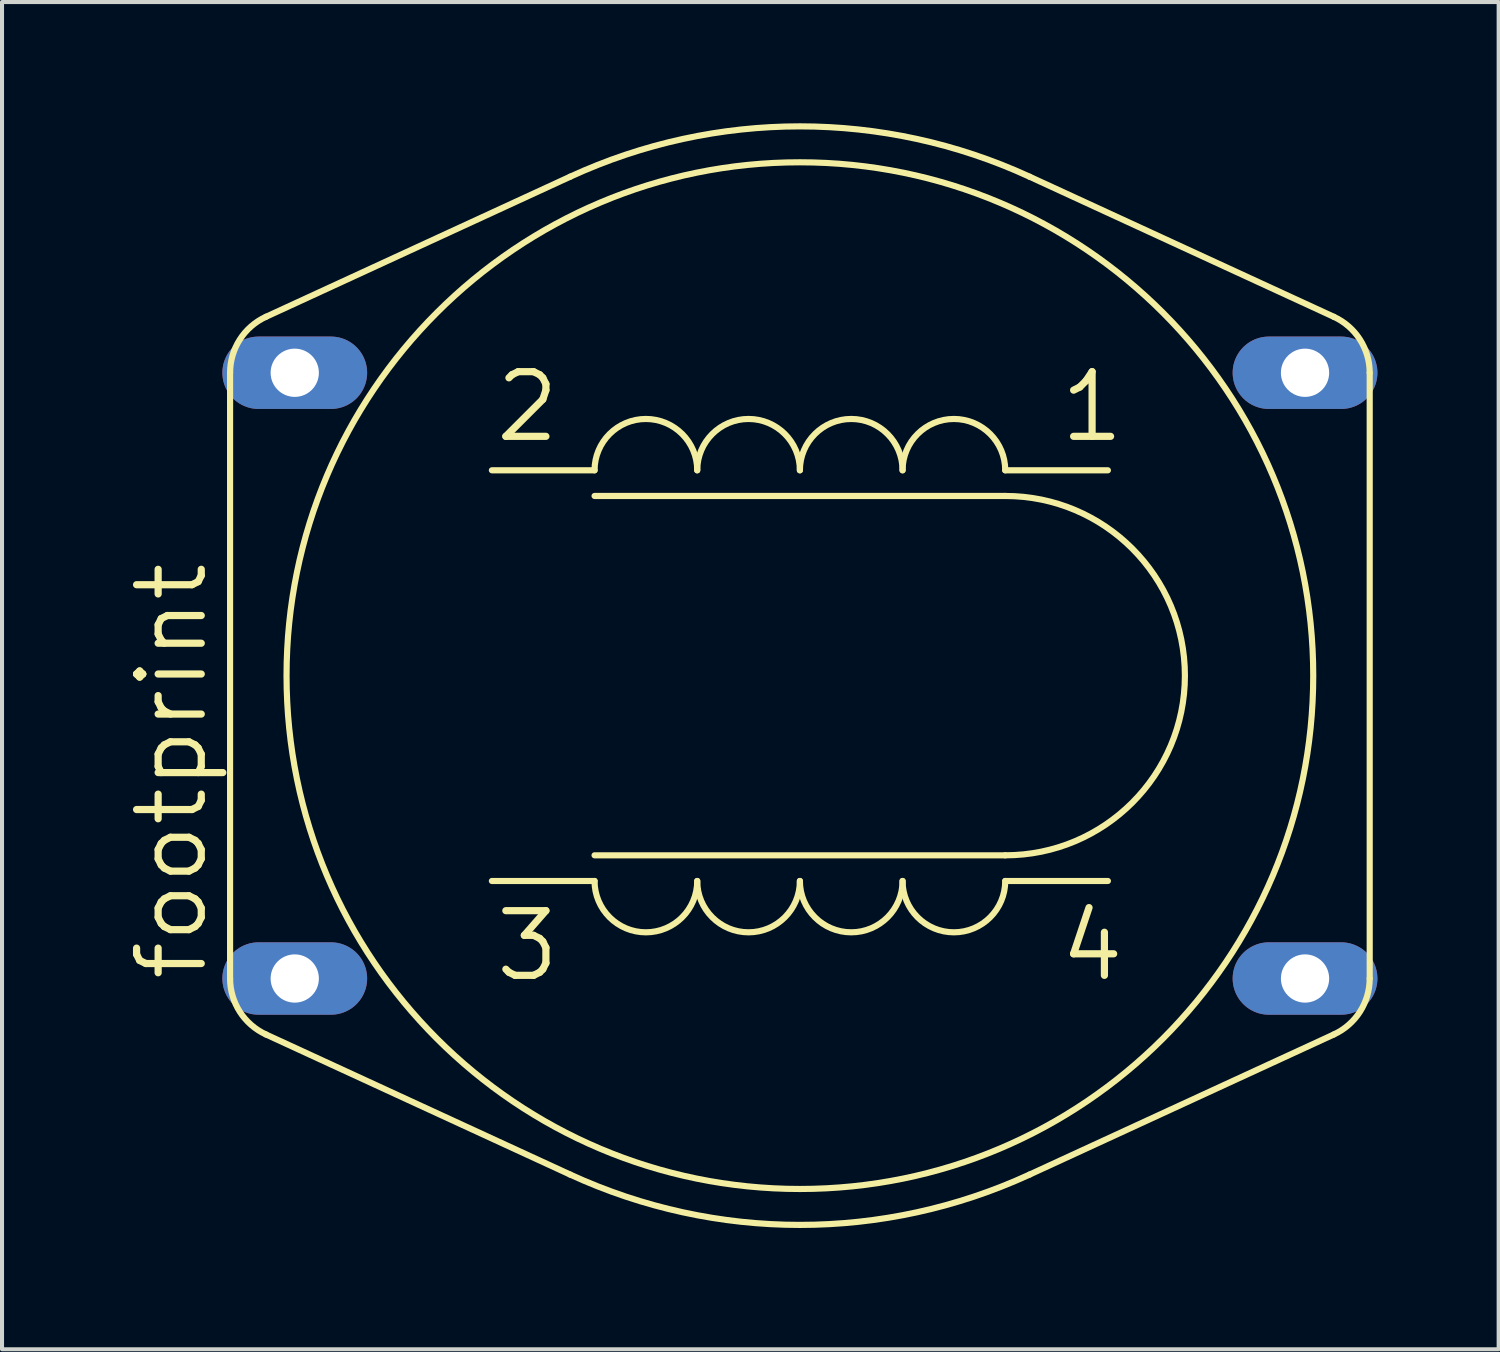
<source format=kicad_pcb>
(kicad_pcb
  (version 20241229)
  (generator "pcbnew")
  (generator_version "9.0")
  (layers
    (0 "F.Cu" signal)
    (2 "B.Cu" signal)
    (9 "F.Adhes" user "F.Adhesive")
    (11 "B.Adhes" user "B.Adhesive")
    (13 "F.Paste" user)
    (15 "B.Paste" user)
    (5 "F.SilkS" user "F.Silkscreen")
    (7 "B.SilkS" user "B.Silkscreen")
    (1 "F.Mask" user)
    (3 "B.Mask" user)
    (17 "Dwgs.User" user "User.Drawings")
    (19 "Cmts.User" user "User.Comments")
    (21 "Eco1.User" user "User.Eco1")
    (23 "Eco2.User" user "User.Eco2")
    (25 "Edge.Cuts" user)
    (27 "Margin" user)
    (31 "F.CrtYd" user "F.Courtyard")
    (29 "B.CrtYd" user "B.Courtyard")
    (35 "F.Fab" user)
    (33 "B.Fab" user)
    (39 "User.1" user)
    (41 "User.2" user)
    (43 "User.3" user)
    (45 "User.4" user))
  (footprint "footprint"
    (layer "F.Cu")
    (at 16.739 13.665)
    (property "Reference" "footprint" (at -14.605 7.62 90) (layer "F.SilkS") (effects (font (size 1.6 1.6) (thickness 0.178)) (justify left bottom)))
    (fp_line (start -14.097 7.493) (end -14.097 -7.493) (stroke (width 0.152) (type solid)) (layer "F.SilkS"))
    (fp_line (start -13.21 -8.877) (end -5.684 -12.343) (stroke (width 0.152) (type solid)) (layer "F.SilkS"))
    (fp_line (start -5.684 12.343) (end -13.21 8.877) (stroke (width 0.152) (type solid)) (layer "F.SilkS"))
    (fp_line (start -5.08 -5.08) (end -7.62 -5.08) (stroke (width 0.152) (type solid)) (layer "F.SilkS"))
    (fp_line (start -5.08 -4.445) (end 5.08 -4.445) (stroke (width 0.152) (type solid)) (layer "F.SilkS"))
    (fp_line (start -5.08 4.445) (end 5.08 4.445) (stroke (width 0.152) (type solid)) (layer "F.SilkS"))
    (fp_line (start -5.08 5.08) (end -7.62 5.08) (stroke (width 0.152) (type solid)) (layer "F.SilkS"))
    (fp_line (start 5.08 -5.08) (end 7.62 -5.08) (stroke (width 0.152) (type solid)) (layer "F.SilkS"))
    (fp_line (start 5.08 5.08) (end 7.62 5.08) (stroke (width 0.152) (type solid)) (layer "F.SilkS"))
    (fp_line (start 13.21 -8.877) (end 5.684 -12.343) (stroke (width 0.152) (type solid)) (layer "F.SilkS"))
    (fp_line (start 13.21 8.877) (end 5.684 12.343) (stroke (width 0.152) (type solid)) (layer "F.SilkS"))
    (fp_line (start 14.097 -7.493) (end 14.097 7.493) (stroke (width 0.152) (type solid)) (layer "F.SilkS"))
    (fp_arc (start -14.0966 -7.4927) (mid -13.855948 -8.314641) (end -13.209999 -8.877001) (stroke (width 0.1524) (type solid)) (layer "F.SilkS"))
    (fp_arc (start -13.209999 8.877001) (mid -13.855948 8.314641) (end -14.0966 7.4927) (stroke (width 0.1524) (type solid)) (layer "F.SilkS"))
    (fp_arc (start -5.684 -12.343) (mid -0.0001 -13.588814) (end 5.683799 -12.343) (stroke (width 0.1524) (type solid)) (layer "F.SilkS"))
    (fp_arc (start -5.08 -5.08) (mid -3.81 -6.35) (end -2.54 -5.08) (stroke (width 0.1524) (type solid)) (layer "F.SilkS"))
    (fp_arc (start -2.54 -5.08) (mid -1.27 -6.35) (end 0 -5.08) (stroke (width 0.1524) (type solid)) (layer "F.SilkS"))
    (fp_arc (start -2.54 5.08) (mid -3.81 6.35) (end -5.08 5.08) (stroke (width 0.1524) (type solid)) (layer "F.SilkS"))
    (fp_arc (start 0 -5.08) (mid 1.27 -6.35) (end 2.54 -5.08) (stroke (width 0.1524) (type solid)) (layer "F.SilkS"))
    (fp_arc (start 0 5.08) (mid -1.27 6.35) (end -2.54 5.08) (stroke (width 0.1524) (type solid)) (layer "F.SilkS"))
    (fp_arc (start 2.54 -5.08) (mid 3.81 -6.35) (end 5.08 -5.08) (stroke (width 0.1524) (type solid)) (layer "F.SilkS"))
    (fp_arc (start 2.54 5.08) (mid 1.27 6.35) (end 0 5.08) (stroke (width 0.1524) (type solid)) (layer "F.SilkS"))
    (fp_arc (start 5.08 -4.445) (mid 9.525 0) (end 5.08 4.445) (stroke (width 0.1524) (type solid)) (layer "F.SilkS"))
    (fp_arc (start 5.08 5.08) (mid 3.81 6.35) (end 2.54 5.08) (stroke (width 0.1524) (type solid)) (layer "F.SilkS"))
    (fp_arc (start 5.683799 12.343) (mid -0.0001 13.588814) (end -5.684 12.343) (stroke (width 0.1524) (type solid)) (layer "F.SilkS"))
    (fp_arc (start 13.21 -8.877) (mid 13.855949 -8.31464) (end 14.0966 -7.492699) (stroke (width 0.1524) (type solid)) (layer "F.SilkS"))
    (fp_arc (start 14.0966 7.492699) (mid 13.855949 8.31464) (end 13.21 8.877) (stroke (width 0.1524) (type solid)) (layer "F.SilkS"))
    (fp_circle (center 0 0) (end 12.7 0) (stroke (width 0.152) (type solid)) (fill no) (layer "F.SilkS"))
    (fp_text user "2" (at -7.62 -5.715 0) (layer "F.SilkS") (effects (font (size 1.6 1.6) (thickness 0.178)) (justify left bottom)))
    (fp_text user "1" (at 6.35 -5.715 0) (layer "F.SilkS") (effects (font (size 1.6 1.6) (thickness 0.178)) (justify left bottom)))
    (fp_text user "4" (at 6.35 7.62 0) (layer "F.SilkS") (effects (font (size 1.6 1.6) (thickness 0.178)) (justify left bottom)))
    (fp_text user "3" (at -7.62 7.62 0) (layer "F.SilkS") (effects (font (size 1.6 1.6) (thickness 0.178)) (justify left bottom)))
    (pad "1" thru_hole oval (at 12.497 -7.493) (size 3.581 1.791) (drill 1.194) (layers "*.Cu" "*.Mask"))
    (pad "2" thru_hole oval (at -12.497 -7.493) (size 3.581 1.791) (drill 1.194) (layers "*.Cu" "*.Mask"))
    (pad "3" thru_hole oval (at -12.497 7.493) (size 3.581 1.791) (drill 1.194) (layers "*.Cu" "*.Mask"))
    (pad "4" thru_hole oval (at 12.497 7.493) (size 3.581 1.791) (drill 1.194) (layers "*.Cu" "*.Mask")))
  (gr_rect
    (start -3 -3)
    (end 34.026 30.33)
    (stroke (width 0.1) (type default))
    (fill no)
    (layer "Edge.Cuts")))
</source>
